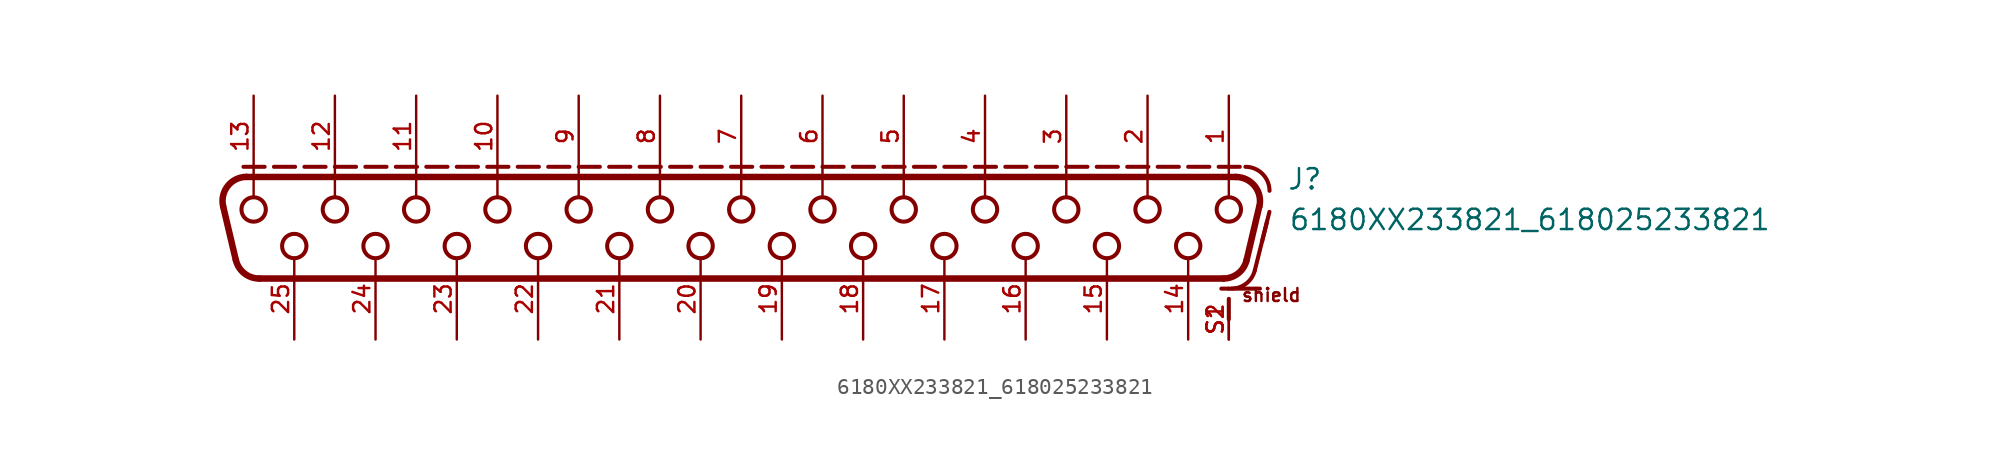
<source format=kicad_sym>
(kicad_symbol_lib
  (version 20211014)
  (generator kicad_symbol_editor)
  (symbol "6180XX233821_618025233821"
    (pin_names
      (offset 1.016))
    (property "Reference" "J"
      (at 34.1 1.66 0)
      (effects (font (size 1.27 1.27)) (justify bottom left)))
    (property "Value" "6180XX233821_618025233821"
      (at 34.2 -0.88 0)
      (effects (font (size 1.27 1.27)) (justify bottom left)))
    (symbol "6180XX233821_618025233821_0_0"
      (polyline (pts (xy -30.924 2.54) (xy 30.924 2.54)) (stroke (width 0.406)))
      (arc (start 32.3842 0.695166) (mid 32.0983 1.9738) (end 30.9244 2.54) (stroke (width 0.4064) (type default) (color 0 0 0 0)) (fill (type none)))
      (polyline (pts (xy 32.384 0.695) (xy 31.593 -2.655)) (stroke (width 0.406)))
      (arc (start 30.1331 -3.81) (mid 31.0609 -3.4886) (end 31.5929 -2.65484) (stroke (width 0.4064) (type default) (color 0 0 0 0)) (fill (type none)))
      (polyline (pts (xy 30.133 -3.81) (xy -30.133 -3.81)) (stroke (width 0.406)))
      (arc (start -32.3842 0.695166) (mid -32.0983 1.9738) (end -30.9244 2.54) (stroke (width 0.4064) (type default) (color 0 0 0 0)) (fill (type none)))
      (arc (start -31.5929 -2.65484) (mid -31.0669 -3.4839) (end -30.1331 -3.81) (stroke (width 0.4064) (type default) (color 0 0 0 0)) (fill (type none)))
      (polyline (pts (xy -31.593 -2.655) (xy -32.384 0.695)) (stroke (width 0.406)))
      (arc (start 33.02 1.675) (mid 32.5807 2.7357) (end 31.52 3.175) (stroke (width 0.254) (type default) (color 0 0 0 0)) (fill (type none)))
      (arc (start 32.1041 -3.3038) (mid 31.5723 -4.122) (end 30.6488 -4.44) (stroke (width 0.254) (type default) (color 0 0 0 0)) (fill (type none)))
      (polyline (pts (xy -30.48 2.58) (xy -30.48 1.3)) (stroke (width 0.152)))
      (polyline (pts (xy 15.24 2.58) (xy 15.24 1.3)) (stroke (width 0.152)))
      (polyline (pts (xy 20.32 2.58) (xy 20.32 1.3)) (stroke (width 0.152)))
      (polyline (pts (xy 25.4 2.58) (xy 25.4 1.3)) (stroke (width 0.152)))
      (polyline (pts (xy 30.48 2.58) (xy 30.48 1.3)) (stroke (width 0.152)))
      (polyline (pts (xy 0.0 2.58) (xy 0.0 1.3)) (stroke (width 0.152)))
      (polyline (pts (xy 5.08 2.58) (xy 5.08 1.3)) (stroke (width 0.152)))
      (polyline (pts (xy 10.16 2.58) (xy 10.16 1.3)) (stroke (width 0.152)))
      (polyline (pts (xy -15.24 2.58) (xy -15.24 1.3)) (stroke (width 0.152)))
      (polyline (pts (xy -10.16 2.58) (xy -10.16 1.3)) (stroke (width 0.152)))
      (polyline (pts (xy -5.08 2.58) (xy -5.08 1.3)) (stroke (width 0.152)))
      (polyline (pts (xy -25.4 2.58) (xy -25.4 1.3)) (stroke (width 0.152)))
      (polyline (pts (xy -20.32 2.58) (xy -20.32 1.3)) (stroke (width 0.152)))
      (text "shield" (at 31.22 -5.32 0) (effects (font (size 0.813 0.813)) (justify bottom left)))
      (circle (center 30.48 0.508) (radius 0.762) (stroke (width 0.254)) (fill (type none)))
      (circle (center 25.4 0.508) (radius 0.762) (stroke (width 0.254)) (fill (type none)))
      (circle (center 20.32 0.508) (radius 0.762) (stroke (width 0.254)) (fill (type none)))
      (circle (center 15.24 0.508) (radius 0.762) (stroke (width 0.254)) (fill (type none)))
      (circle (center -30.48 0.508) (radius 0.762) (stroke (width 0.254)) (fill (type none)))
      (circle (center 27.94 -1.778) (radius 0.762) (stroke (width 0.254)) (fill (type none)))
      (circle (center 22.86 -1.778) (radius 0.762) (stroke (width 0.254)) (fill (type none)))
      (circle (center 17.78 -1.778) (radius 0.762) (stroke (width 0.254)) (fill (type none)))
      (circle (center 12.7 -1.778) (radius 0.762) (stroke (width 0.254)) (fill (type none)))
      (circle (center 5.08 0.508) (radius 0.762) (stroke (width 0.254)) (fill (type none)))
      (circle (center 0.0 0.508) (radius 0.762) (stroke (width 0.254)) (fill (type none)))
      (circle (center 7.62 -1.778) (radius 0.762) (stroke (width 0.254)) (fill (type none)))
      (circle (center 2.54 -1.778) (radius 0.762) (stroke (width 0.254)) (fill (type none)))
      (circle (center -2.54 -1.778) (radius 0.762) (stroke (width 0.254)) (fill (type none)))
      (circle (center 10.16 0.508) (radius 0.762) (stroke (width 0.254)) (fill (type none)))
      (circle (center -10.16 0.508) (radius 0.762) (stroke (width 0.254)) (fill (type none)))
      (circle (center -15.24 0.508) (radius 0.762) (stroke (width 0.254)) (fill (type none)))
      (circle (center -7.62 -1.778) (radius 0.762) (stroke (width 0.254)) (fill (type none)))
      (circle (center -12.7 -1.778) (radius 0.762) (stroke (width 0.254)) (fill (type none)))
      (circle (center -17.78 -1.778) (radius 0.762) (stroke (width 0.254)) (fill (type none)))
      (circle (center -5.08 0.508) (radius 0.762) (stroke (width 0.254)) (fill (type none)))
      (circle (center -20.32 0.508) (radius 0.762) (stroke (width 0.254)) (fill (type none)))
      (circle (center -25.4 0.508) (radius 0.762) (stroke (width 0.254)) (fill (type none)))
      (circle (center -22.86 -1.778) (radius 0.762) (stroke (width 0.254)) (fill (type none)))
      (circle (center -27.94 -1.778) (radius 0.762) (stroke (width 0.254)) (fill (type none)))
      (polyline (pts (xy -31.115 3.175) (xy -29.793 3.175)) (stroke (width 0.254)))
      (polyline (pts (xy -29.21 3.175) (xy -27.888 3.175)) (stroke (width 0.254)))
      (polyline (pts (xy -27.305 3.175) (xy -25.983 3.175)) (stroke (width 0.254)))
      (polyline (pts (xy -25.4 3.175) (xy -24.078 3.175)) (stroke (width 0.254)))
      (polyline (pts (xy -23.495 3.175) (xy -22.173 3.175)) (stroke (width 0.254)))
      (polyline (pts (xy -21.59 3.175) (xy -20.268 3.175)) (stroke (width 0.254)))
      (polyline (pts (xy -19.685 3.175) (xy -18.363 3.175)) (stroke (width 0.254)))
      (polyline (pts (xy -17.78 3.175) (xy -16.458 3.175)) (stroke (width 0.254)))
      (polyline (pts (xy -15.875 3.175) (xy -14.553 3.175)) (stroke (width 0.254)))
      (polyline (pts (xy -13.97 3.175) (xy -12.648 3.175)) (stroke (width 0.254)))
      (polyline (pts (xy -12.065 3.175) (xy -10.743 3.175)) (stroke (width 0.254)))
      (polyline (pts (xy -10.16 3.175) (xy -8.838 3.175)) (stroke (width 0.254)))
      (polyline (pts (xy -8.255 3.175) (xy -6.933 3.175)) (stroke (width 0.254)))
      (polyline (pts (xy -6.35 3.175) (xy -5.028 3.175)) (stroke (width 0.254)))
      (polyline (pts (xy -4.445 3.175) (xy -3.123 3.175)) (stroke (width 0.254)))
      (polyline (pts (xy -2.54 3.175) (xy -1.218 3.175)) (stroke (width 0.254)))
      (polyline (pts (xy -0.635 3.175) (xy 0.687 3.175)) (stroke (width 0.254)))
      (polyline (pts (xy 1.27 3.175) (xy 2.592 3.175)) (stroke (width 0.254)))
      (polyline (pts (xy 3.175 3.175) (xy 4.497 3.175)) (stroke (width 0.254)))
      (polyline (pts (xy 5.08 3.175) (xy 6.402 3.175)) (stroke (width 0.254)))
      (polyline (pts (xy 6.985 3.175) (xy 8.307 3.175)) (stroke (width 0.254)))
      (polyline (pts (xy 8.89 3.175) (xy 10.212 3.175)) (stroke (width 0.254)))
      (polyline (pts (xy 10.795 3.175) (xy 12.117 3.175)) (stroke (width 0.254)))
      (polyline (pts (xy 12.7 3.175) (xy 14.022 3.175)) (stroke (width 0.254)))
      (polyline (pts (xy 14.605 3.175) (xy 15.927 3.175)) (stroke (width 0.254)))
      (polyline (pts (xy 16.51 3.175) (xy 17.832 3.175)) (stroke (width 0.254)))
      (polyline (pts (xy 18.415 3.175) (xy 19.737 3.175)) (stroke (width 0.254)))
      (polyline (pts (xy 20.32 3.175) (xy 21.642 3.175)) (stroke (width 0.254)))
      (polyline (pts (xy 22.225 3.175) (xy 23.547 3.175)) (stroke (width 0.254)))
      (polyline (pts (xy 24.13 3.175) (xy 25.452 3.175)) (stroke (width 0.254)))
      (polyline (pts (xy 26.035 3.175) (xy 27.357 3.175)) (stroke (width 0.254)))
      (polyline (pts (xy 27.94 3.175) (xy 29.262 3.175)) (stroke (width 0.254)))
      (polyline (pts (xy 29.845 3.175) (xy 31.167 3.175)) (stroke (width 0.254)))
      (polyline (pts (xy 30.48 -4.445) (xy 30.48 -4.445)) (stroke (width 0.254)))
      (polyline (pts (xy 30.48 -6.35) (xy 30.48 -5.08)) (stroke (width 0.254)))
      (polyline (pts (xy 30.52 -4.44) (xy 30.014 -4.44)) (stroke (width 0.254)))
      (polyline (pts (xy 32.425 -4.44) (xy 30.649 -4.44)) (stroke (width 0.254)))
      (polyline (pts (xy 32.104 -3.304) (xy 32.866 -0.256)) (stroke (width 0.254)))
      (polyline (pts (xy 32.566 -1.456) (xy 33.02 0.36)) (stroke (width 0.254)))
      (pin bidirectional line (at 30.48 7.62 270.0) (length 5.08) (name "~" (effects (font (size 1.016 1.016)))) (number "1" (effects (font (size 1.016 1.016)))))
      (pin bidirectional line (at 25.4 7.62 270.0) (length 5.08) (name "~" (effects (font (size 1.016 1.016)))) (number "2" (effects (font (size 1.016 1.016)))))
      (pin bidirectional line (at 20.32 7.62 270.0) (length 5.08) (name "~" (effects (font (size 1.016 1.016)))) (number "3" (effects (font (size 1.016 1.016)))))
      (pin bidirectional line (at 15.24 7.62 270.0) (length 5.08) (name "~" (effects (font (size 1.016 1.016)))) (number "4" (effects (font (size 1.016 1.016)))))
      (pin bidirectional line (at 10.16 7.62 270.0) (length 5.08) (name "~" (effects (font (size 1.016 1.016)))) (number "5" (effects (font (size 1.016 1.016)))))
      (pin bidirectional line (at 5.08 7.62 270.0) (length 5.08) (name "~" (effects (font (size 1.016 1.016)))) (number "6" (effects (font (size 1.016 1.016)))))
      (pin bidirectional line (at 0.0 7.62 270.0) (length 5.08) (name "~" (effects (font (size 1.016 1.016)))) (number "7" (effects (font (size 1.016 1.016)))))
      (pin bidirectional line (at -5.08 7.62 270.0) (length 5.08) (name "~" (effects (font (size 1.016 1.016)))) (number "8" (effects (font (size 1.016 1.016)))))
      (pin bidirectional line (at -10.16 7.62 270.0) (length 5.08) (name "~" (effects (font (size 1.016 1.016)))) (number "9" (effects (font (size 1.016 1.016)))))
      (pin bidirectional line (at -15.24 7.62 270.0) (length 5.08) (name "~" (effects (font (size 1.016 1.016)))) (number "10" (effects (font (size 1.016 1.016)))))
      (pin bidirectional line (at -20.32 7.62 270.0) (length 5.08) (name "~" (effects (font (size 1.016 1.016)))) (number "11" (effects (font (size 1.016 1.016)))))
      (pin bidirectional line (at -25.4 7.62 270.0) (length 5.08) (name "~" (effects (font (size 1.016 1.016)))) (number "12" (effects (font (size 1.016 1.016)))))
      (pin bidirectional line (at -30.48 7.62 270.0) (length 5.08) (name "~" (effects (font (size 1.016 1.016)))) (number "13" (effects (font (size 1.016 1.016)))))
      (pin bidirectional line (at 27.94 -7.62 90.0) (length 5.08) (name "~" (effects (font (size 1.016 1.016)))) (number "14" (effects (font (size 1.016 1.016)))))
      (pin bidirectional line (at 22.86 -7.62 90.0) (length 5.08) (name "~" (effects (font (size 1.016 1.016)))) (number "15" (effects (font (size 1.016 1.016)))))
      (pin bidirectional line (at 17.78 -7.62 90.0) (length 5.08) (name "~" (effects (font (size 1.016 1.016)))) (number "16" (effects (font (size 1.016 1.016)))))
      (pin bidirectional line (at 12.7 -7.62 90.0) (length 5.08) (name "~" (effects (font (size 1.016 1.016)))) (number "17" (effects (font (size 1.016 1.016)))))
      (pin bidirectional line (at 7.62 -7.62 90.0) (length 5.08) (name "~" (effects (font (size 1.016 1.016)))) (number "18" (effects (font (size 1.016 1.016)))))
      (pin bidirectional line (at 2.54 -7.62 90.0) (length 5.08) (name "~" (effects (font (size 1.016 1.016)))) (number "19" (effects (font (size 1.016 1.016)))))
      (pin bidirectional line (at -2.54 -7.62 90.0) (length 5.08) (name "~" (effects (font (size 1.016 1.016)))) (number "20" (effects (font (size 1.016 1.016)))))
      (pin bidirectional line (at -7.62 -7.62 90.0) (length 5.08) (name "~" (effects (font (size 1.016 1.016)))) (number "21" (effects (font (size 1.016 1.016)))))
      (pin bidirectional line (at -12.7 -7.62 90.0) (length 5.08) (name "~" (effects (font (size 1.016 1.016)))) (number "22" (effects (font (size 1.016 1.016)))))
      (pin bidirectional line (at -17.78 -7.62 90.0) (length 5.08) (name "~" (effects (font (size 1.016 1.016)))) (number "23" (effects (font (size 1.016 1.016)))))
      (pin bidirectional line (at -22.86 -7.62 90.0) (length 5.08) (name "~" (effects (font (size 1.016 1.016)))) (number "24" (effects (font (size 1.016 1.016)))))
      (pin bidirectional line (at -27.94 -7.62 90.0) (length 5.08) (name "~" (effects (font (size 1.016 1.016)))) (number "25" (effects (font (size 1.016 1.016)))))
      (pin bidirectional line (at 30.48 -7.62 90.0) (length 2.54) (name "~" (effects (font (size 1.016 1.016)))) (number "S1" (effects (font (size 1.016 1.016)))))
      (pin bidirectional line (at 30.48 -7.62 90.0) (length 2.54) (name "~" (effects (font (size 1.016 1.016)))) (number "S2" (effects (font (size 1.016 1.016))))))))
</source>
